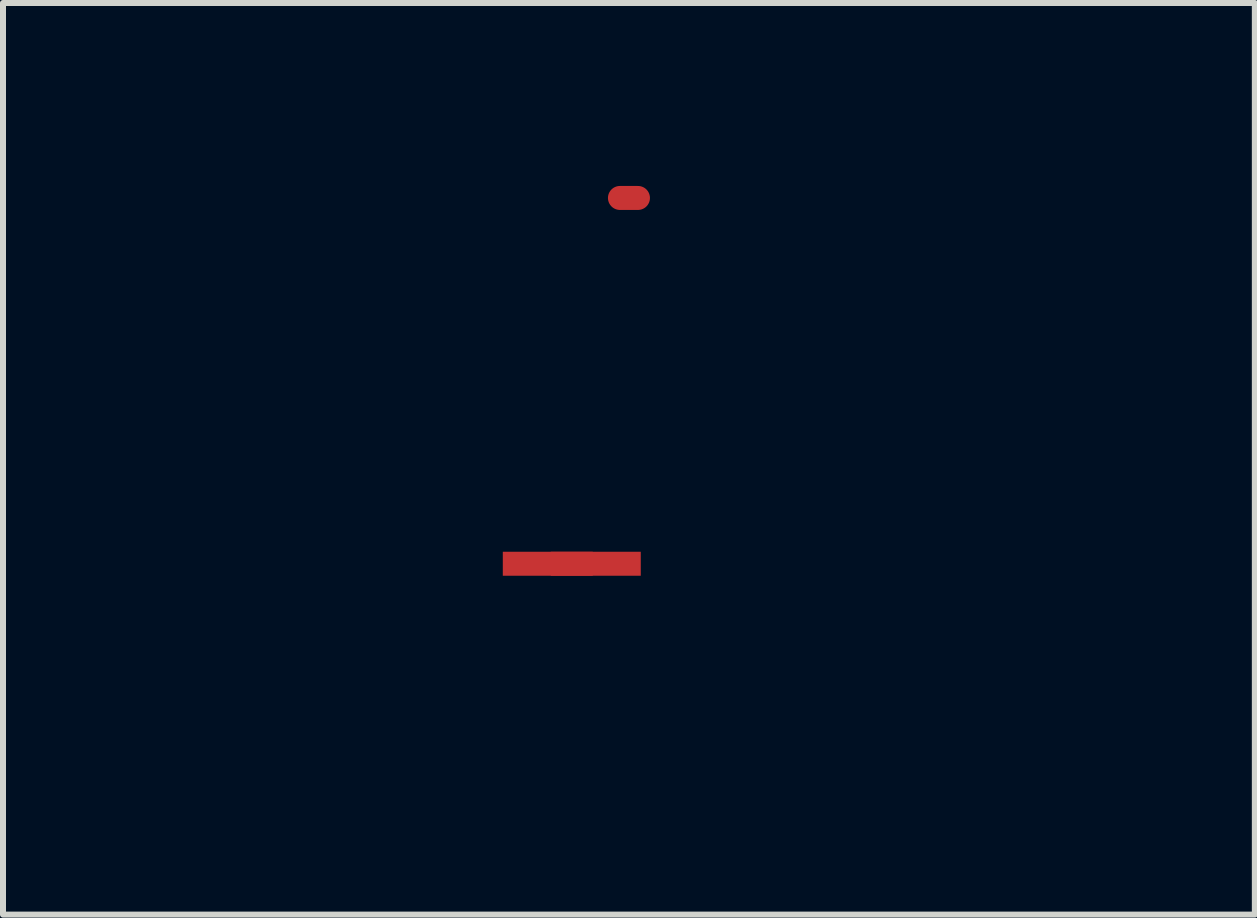
<source format=kicad_pcb>
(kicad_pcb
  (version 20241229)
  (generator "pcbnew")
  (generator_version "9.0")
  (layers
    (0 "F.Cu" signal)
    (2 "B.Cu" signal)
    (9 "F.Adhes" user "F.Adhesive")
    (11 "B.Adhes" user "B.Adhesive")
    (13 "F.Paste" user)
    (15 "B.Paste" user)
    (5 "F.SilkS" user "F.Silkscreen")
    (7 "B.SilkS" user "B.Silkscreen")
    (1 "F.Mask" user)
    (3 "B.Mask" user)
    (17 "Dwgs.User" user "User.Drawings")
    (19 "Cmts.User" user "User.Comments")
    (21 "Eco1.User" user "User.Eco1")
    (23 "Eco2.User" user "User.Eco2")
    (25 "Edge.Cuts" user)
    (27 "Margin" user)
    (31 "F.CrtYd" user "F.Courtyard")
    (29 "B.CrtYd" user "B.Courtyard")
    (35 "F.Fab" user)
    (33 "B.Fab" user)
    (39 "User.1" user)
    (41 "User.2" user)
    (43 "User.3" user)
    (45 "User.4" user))
  (footprint "NetTie0.4mmSMD"
    (layer "F.Cu")
    (at 6.482 6.348)
    (property "Reference" "NetTie0.4mmSMD" (at 0 2 0) (layer "Eco2.User") (effects (font (size 1 1) (thickness 0.15))))
    (attr through_hole)
    (pad "1" smd rect (at -0.4 0) (size 1.5 0.4) (layers "F.Cu" "F.Mask" "F.Paste"))
    (pad "2" smd rect (at 0.4 0) (size 1.5 0.4) (layers "F.Cu" "F.Mask" "F.Paste")))
  (footprint "Net_Tie_Smd_04mm"
    (layer "F.Cu")
    (at 7.435 0.25)
    (property "Reference" "Net_Tie_Smd_04mm" (at 0 2 0) (layer "Eco2.User") (effects (font (size 1 1) (thickness 0.15))))
    (attr through_hole)
    (fp_line (start -0.15 0) (end 0.15 0) (stroke (width 0.4) (type solid)) (layer "F.Cu"))
    (pad "1" smd circle (at -0.127 0) (size 0.05 0.05) (layers "F.Cu" "F.Mask" "F.Paste"))
    (pad "2" smd circle (at 0.127 0) (size 0.05 0.05) (layers "F.Cu" "F.Mask" "F.Paste")))
  (gr_rect
    (start -3 -3)
    (end 17.869 12.197)
    (stroke (width 0.1) (type default))
    (fill no)
    (layer "Edge.Cuts")))
</source>
